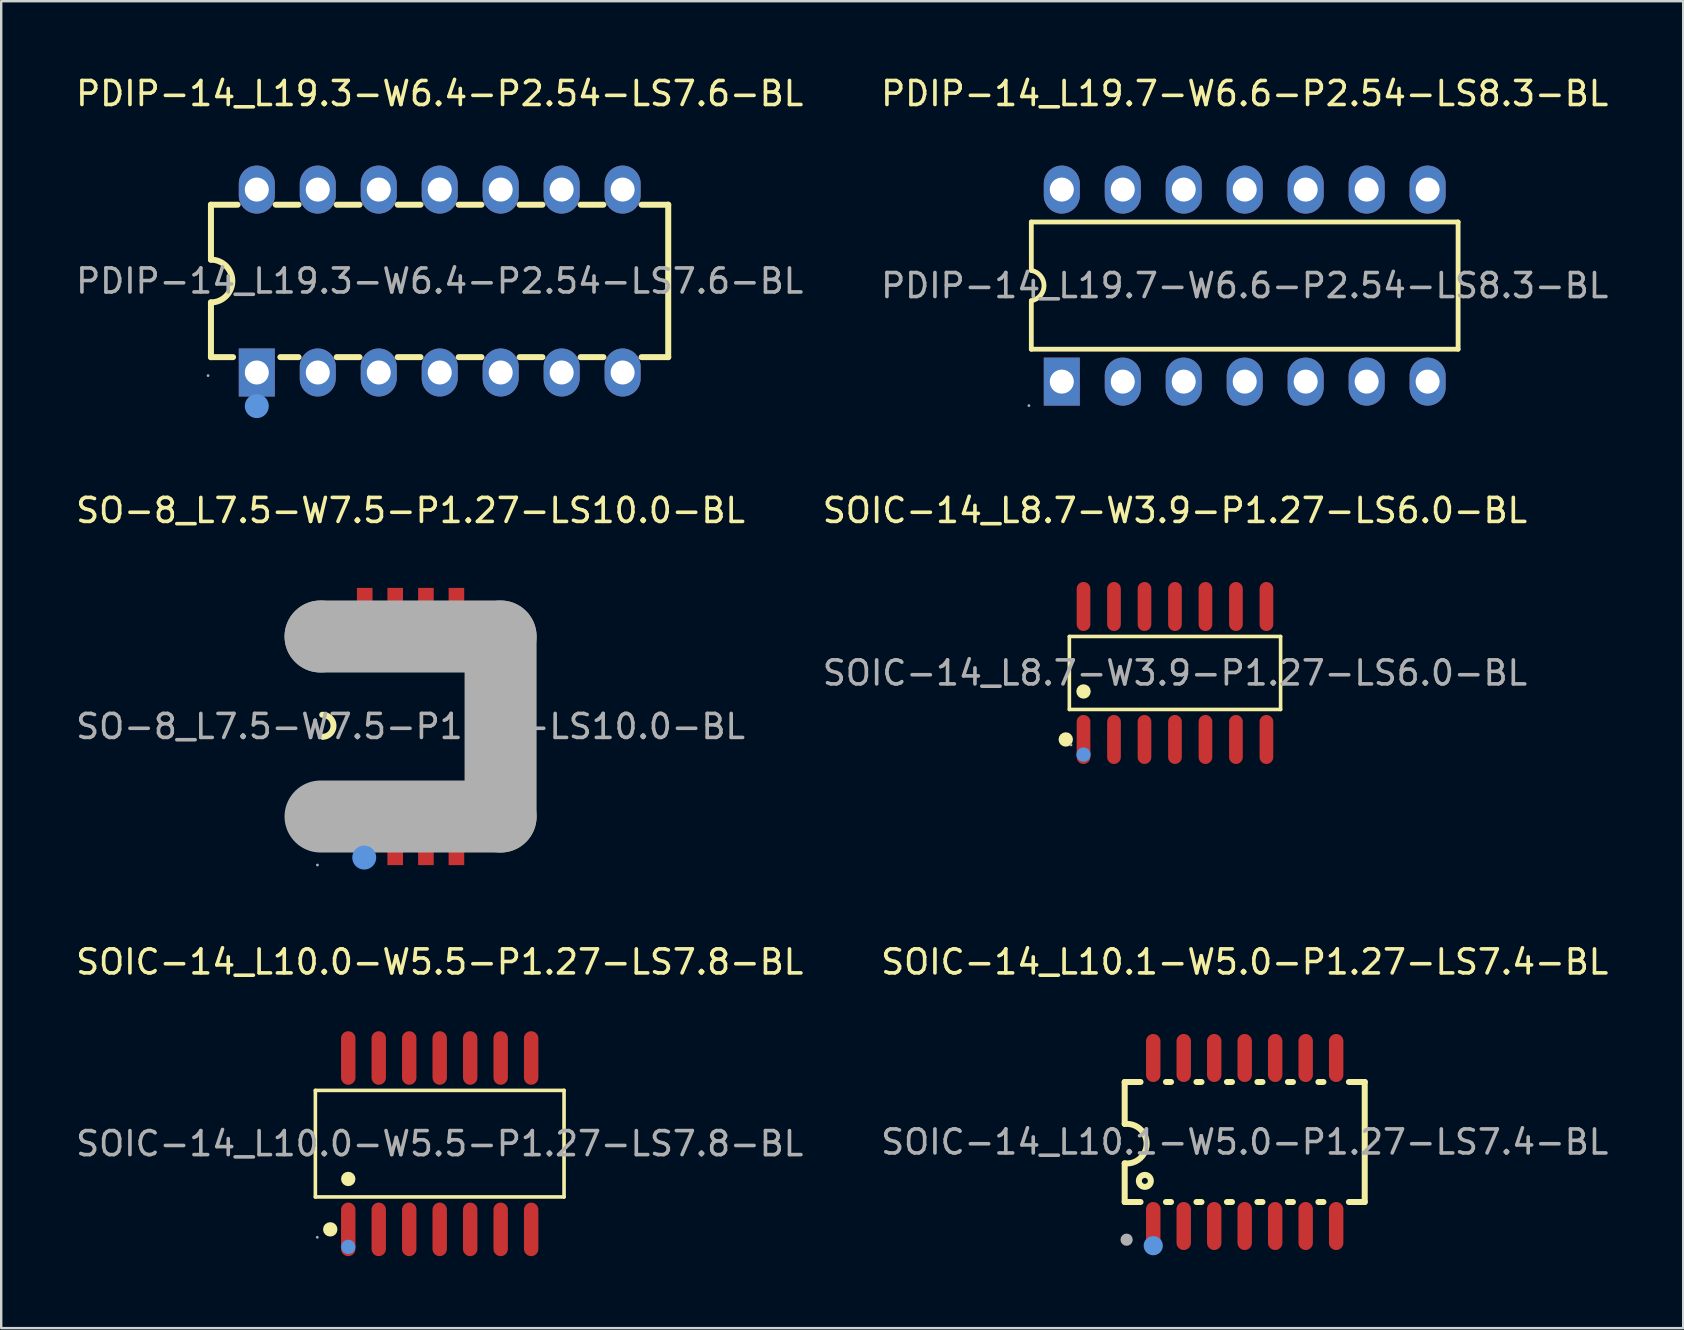
<source format=kicad_pcb>
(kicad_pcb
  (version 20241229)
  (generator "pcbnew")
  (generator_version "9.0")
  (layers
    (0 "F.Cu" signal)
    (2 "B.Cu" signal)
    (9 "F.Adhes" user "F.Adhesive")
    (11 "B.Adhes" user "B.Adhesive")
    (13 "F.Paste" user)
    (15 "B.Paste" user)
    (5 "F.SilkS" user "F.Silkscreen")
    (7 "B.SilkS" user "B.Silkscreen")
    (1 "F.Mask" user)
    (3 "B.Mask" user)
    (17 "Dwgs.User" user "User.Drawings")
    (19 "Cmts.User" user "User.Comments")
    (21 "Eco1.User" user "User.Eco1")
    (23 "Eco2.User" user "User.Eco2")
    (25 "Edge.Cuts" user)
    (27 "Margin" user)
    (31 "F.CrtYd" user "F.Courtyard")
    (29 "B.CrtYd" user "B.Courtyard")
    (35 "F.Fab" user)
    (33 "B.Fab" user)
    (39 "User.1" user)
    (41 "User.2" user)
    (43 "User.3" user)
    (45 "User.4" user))
  (footprint "SOIC-14_L10.1-W5.0-P1.27-LS7.4-BL"
    (layer "F.Cu")
    (at 48.804 44.525)
    (property "Reference" "SOIC-14_L10.1-W5.0-P1.27-LS7.4-BL" (at 0 -7.5 0) (layer "F.SilkS") (effects (font (size 1 1) (thickness 0.15))))
    (attr through_hole)
    (fp_line (start -5 -2.5) (end -5 -0.76) (stroke (width 0.25) (type solid)) (layer "F.SilkS"))
    (fp_line (start -5 -2.5) (end -4.34 -2.5) (stroke (width 0.25) (type solid)) (layer "F.SilkS"))
    (fp_line (start -5 2.5) (end -5 0.89) (stroke (width 0.25) (type solid)) (layer "F.SilkS"))
    (fp_line (start -5 2.5) (end -4.34 2.5) (stroke (width 0.25) (type solid)) (layer "F.SilkS"))
    (fp_line (start -3.28 -2.5) (end -3.07 -2.5) (stroke (width 0.25) (type solid)) (layer "F.SilkS"))
    (fp_line (start -3.28 2.5) (end -3.07 2.5) (stroke (width 0.25) (type solid)) (layer "F.SilkS"))
    (fp_line (start -2.01 -2.5) (end -1.8 -2.5) (stroke (width 0.25) (type solid)) (layer "F.SilkS"))
    (fp_line (start -2.01 2.5) (end -1.8 2.5) (stroke (width 0.25) (type solid)) (layer "F.SilkS"))
    (fp_line (start -0.74 -2.5) (end -0.53 -2.5) (stroke (width 0.25) (type solid)) (layer "F.SilkS"))
    (fp_line (start -0.74 2.5) (end -0.53 2.5) (stroke (width 0.25) (type solid)) (layer "F.SilkS"))
    (fp_line (start 0.53 -2.5) (end 0.74 -2.5) (stroke (width 0.25) (type solid)) (layer "F.SilkS"))
    (fp_line (start 0.53 2.5) (end 0.74 2.5) (stroke (width 0.25) (type solid)) (layer "F.SilkS"))
    (fp_line (start 1.8 -2.5) (end 2.01 -2.5) (stroke (width 0.25) (type solid)) (layer "F.SilkS"))
    (fp_line (start 1.8 2.5) (end 2.01 2.5) (stroke (width 0.25) (type solid)) (layer "F.SilkS"))
    (fp_line (start 3.07 -2.5) (end 3.28 -2.5) (stroke (width 0.25) (type solid)) (layer "F.SilkS"))
    (fp_line (start 3.07 2.5) (end 3.28 2.5) (stroke (width 0.25) (type solid)) (layer "F.SilkS"))
    (fp_line (start 4.34 -2.5) (end 5 -2.5) (stroke (width 0.25) (type solid)) (layer "F.SilkS"))
    (fp_line (start 4.34 2.5) (end 5 2.5) (stroke (width 0.25) (type solid)) (layer "F.SilkS"))
    (fp_line (start 5 -2.5) (end 5 2.5) (stroke (width 0.25) (type solid)) (layer "F.SilkS"))
    (fp_arc (start -5.000759 -0.749916) (mid -4.085076 0.069618) (end -5 0.89) (stroke (width 0.25) (type solid)) (layer "F.SilkS"))
    (fp_circle (center -4.16 1.62) (end -3.91 1.62) (stroke (width 0.25) (type solid)) (fill no) (layer "F.SilkS"))
    (fp_circle (center -3.81 4.32) (end -3.61 4.32) (stroke (width 0.4) (type solid)) (fill no) (layer "Cmts.User"))
    (fp_circle (center -4.92 4.07) (end -4.79 4.07) (stroke (width 0.25) (type solid)) (fill no) (layer "F.Fab"))
    (fp_text user "${REFERENCE}" (at 0 0 0) (layer "F.Fab") (effects (font (size 1 1) (thickness 0.15))))
    (pad "1" smd oval (at -3.81 3.5) (size 0.6 2) (layers "F.Cu" "F.Mask" "F.Paste"))
    (pad "2" smd oval (at -2.54 3.5) (size 0.6 2) (layers "F.Cu" "F.Mask" "F.Paste"))
    (pad "3" smd oval (at -1.27 3.5) (size 0.6 2) (layers "F.Cu" "F.Mask" "F.Paste"))
    (pad "4" smd oval (at 0 3.5) (size 0.6 2) (layers "F.Cu" "F.Mask" "F.Paste"))
    (pad "5" smd oval (at 1.27 3.5) (size 0.6 2) (layers "F.Cu" "F.Mask" "F.Paste"))
    (pad "6" smd oval (at 2.54 3.5) (size 0.6 2) (layers "F.Cu" "F.Mask" "F.Paste"))
    (pad "7" smd oval (at 3.81 3.5) (size 0.6 2) (layers "F.Cu" "F.Mask" "F.Paste"))
    (pad "8" smd oval (at 3.81 -3.5 180) (size 0.6 2) (layers "F.Cu" "F.Mask" "F.Paste"))
    (pad "9" smd oval (at 2.54 -3.5 180) (size 0.6 2) (layers "F.Cu" "F.Mask" "F.Paste"))
    (pad "10" smd oval (at 1.27 -3.5 180) (size 0.6 2) (layers "F.Cu" "F.Mask" "F.Paste"))
    (pad "11" smd oval (at 0 -3.5 180) (size 0.6 2) (layers "F.Cu" "F.Mask" "F.Paste"))
    (pad "12" smd oval (at -1.27 -3.5 180) (size 0.6 2) (layers "F.Cu" "F.Mask" "F.Paste"))
    (pad "13" smd oval (at -2.54 -3.5 180) (size 0.6 2) (layers "F.Cu" "F.Mask" "F.Paste"))
    (pad "14" smd oval (at -3.81 -3.5 180) (size 0.6 2) (layers "F.Cu" "F.Mask" "F.Paste")))
  (footprint "PDIP-14_L19.3-W6.4-P2.54-LS7.6-BL"
    (layer "F.Cu")
    (at 15.268 8.658)
    (property "Reference" "PDIP-14_L19.3-W6.4-P2.54-LS7.6-BL" (at 0 -7.81 0) (layer "F.SilkS") (effects (font (size 1 1) (thickness 0.15))))
    (attr through_hole)
    (fp_line (start -9.53 -3.18) (end -9.53 -0.89) (stroke (width 0.25) (type solid)) (layer "F.SilkS"))
    (fp_line (start -9.53 -3.18) (end -8.42 -3.18) (stroke (width 0.25) (type solid)) (layer "F.SilkS"))
    (fp_line (start -9.53 3.17) (end -9.53 0.89) (stroke (width 0.25) (type solid)) (layer "F.SilkS"))
    (fp_line (start -8.61 3.17) (end -9.53 3.17) (stroke (width 0.25) (type solid)) (layer "F.SilkS"))
    (fp_line (start -6.83 -3.18) (end -5.88 -3.18) (stroke (width 0.25) (type solid)) (layer "F.SilkS"))
    (fp_line (start -5.88 3.17) (end -6.64 3.17) (stroke (width 0.25) (type solid)) (layer "F.SilkS"))
    (fp_line (start -4.29 -3.18) (end -3.34 -3.18) (stroke (width 0.25) (type solid)) (layer "F.SilkS"))
    (fp_line (start -3.34 3.17) (end -4.29 3.17) (stroke (width 0.25) (type solid)) (layer "F.SilkS"))
    (fp_line (start -1.75 -3.18) (end -0.8 -3.18) (stroke (width 0.25) (type solid)) (layer "F.SilkS"))
    (fp_line (start -0.8 3.17) (end -1.75 3.17) (stroke (width 0.25) (type solid)) (layer "F.SilkS"))
    (fp_line (start 0.79 -3.18) (end 1.74 -3.18) (stroke (width 0.25) (type solid)) (layer "F.SilkS"))
    (fp_line (start 1.74 3.17) (end 0.79 3.17) (stroke (width 0.25) (type solid)) (layer "F.SilkS"))
    (fp_line (start 3.33 -3.18) (end 4.28 -3.18) (stroke (width 0.25) (type solid)) (layer "F.SilkS"))
    (fp_line (start 4.28 3.17) (end 3.33 3.17) (stroke (width 0.25) (type solid)) (layer "F.SilkS"))
    (fp_line (start 5.87 -3.18) (end 6.82 -3.18) (stroke (width 0.25) (type solid)) (layer "F.SilkS"))
    (fp_line (start 6.82 3.17) (end 5.87 3.17) (stroke (width 0.25) (type solid)) (layer "F.SilkS"))
    (fp_line (start 8.41 -3.18) (end 9.52 -3.18) (stroke (width 0.25) (type solid)) (layer "F.SilkS"))
    (fp_line (start 9.52 -3.18) (end 9.52 3.17) (stroke (width 0.25) (type solid)) (layer "F.SilkS"))
    (fp_line (start 9.52 3.17) (end 8.41 3.17) (stroke (width 0.25) (type solid)) (layer "F.SilkS"))
    (fp_arc (start -9.53 -0.89) (mid -8.64 0) (end -9.53 0.89) (stroke (width 0.25) (type solid)) (layer "F.SilkS"))
    (fp_circle (center -7.62 5.21) (end -7.37 5.21) (stroke (width 0.5) (type solid)) (fill no) (layer "Cmts.User"))
    (fp_circle (center -9.65 3.94) (end -9.62 3.94) (stroke (width 0.06) (type solid)) (fill no) (layer "F.Fab"))
    (fp_text user "${REFERENCE}" (at 0 0 0) (layer "F.Fab") (effects (font (size 1 1) (thickness 0.15))))
    (pad "1" thru_hole rect (at -7.62 3.81) (size 1.5 2) (drill 1) (layers "*.Cu" "*.Paste" "*.Mask"))
    (pad "2" thru_hole oval (at -5.08 3.81) (size 1.5 2) (drill 1) (layers "*.Cu" "*.Paste" "*.Mask"))
    (pad "3" thru_hole oval (at -2.54 3.81) (size 1.5 2) (drill 1) (layers "*.Cu" "*.Paste" "*.Mask"))
    (pad "4" thru_hole oval (at 0 3.81) (size 1.5 2) (drill 1) (layers "*.Cu" "*.Paste" "*.Mask"))
    (pad "5" thru_hole oval (at 2.54 3.81) (size 1.5 2) (drill 1) (layers "*.Cu" "*.Paste" "*.Mask"))
    (pad "6" thru_hole oval (at 5.08 3.81) (size 1.5 2) (drill 1) (layers "*.Cu" "*.Paste" "*.Mask"))
    (pad "7" thru_hole oval (at 7.62 3.81) (size 1.5 2) (drill 1) (layers "*.Cu" "*.Paste" "*.Mask"))
    (pad "8" thru_hole oval (at 7.62 -3.81) (size 1.5 2) (drill 1) (layers "*.Cu" "*.Paste" "*.Mask"))
    (pad "9" thru_hole oval (at 5.08 -3.81) (size 1.5 2) (drill 1) (layers "*.Cu" "*.Paste" "*.Mask"))
    (pad "10" thru_hole oval (at 2.54 -3.81) (size 1.5 2) (drill 1) (layers "*.Cu" "*.Paste" "*.Mask"))
    (pad "11" thru_hole oval (at 0 -3.81) (size 1.5 2) (drill 1) (layers "*.Cu" "*.Paste" "*.Mask"))
    (pad "12" thru_hole oval (at -2.54 -3.81) (size 1.5 2) (drill 1) (layers "*.Cu" "*.Paste" "*.Mask"))
    (pad "13" thru_hole oval (at -5.08 -3.81) (size 1.5 2) (drill 1) (layers "*.Cu" "*.Paste" "*.Mask"))
    (pad "14" thru_hole oval (at -7.62 -3.81) (size 1.5 2) (drill 1) (layers "*.Cu" "*.Paste" "*.Mask")))
  (footprint "PDIP-14_L19.7-W6.6-P2.54-LS8.3-BL"
    (layer "F.Cu")
    (at 48.804 8.848)
    (property "Reference" "PDIP-14_L19.7-W6.6-P2.54-LS8.3-BL" (at 0 -8 0) (layer "F.SilkS") (effects (font (size 1 1) (thickness 0.15))))
    (attr through_hole)
    (fp_line (start -8.89 -2.65) (end -8.89 -0.63) (stroke (width 0.2) (type solid)) (layer "F.SilkS"))
    (fp_line (start -8.89 0.63) (end -8.89 2.65) (stroke (width 0.2) (type solid)) (layer "F.SilkS"))
    (fp_line (start -8.89 2.65) (end 8.89 2.65) (stroke (width 0.2) (type solid)) (layer "F.SilkS"))
    (fp_line (start 8.89 -2.65) (end -8.89 -2.65) (stroke (width 0.2) (type solid)) (layer "F.SilkS"))
    (fp_line (start 8.89 2.65) (end 8.89 -2.65) (stroke (width 0.2) (type solid)) (layer "F.SilkS"))
    (fp_arc (start -8.89 -0.63) (mid -8.360474 -0.002632) (end -8.884818 0.629073) (stroke (width 0.2) (type solid)) (layer "F.SilkS"))
    (fp_circle (center -8.99 5) (end -8.96 5) (stroke (width 0.06) (type solid)) (fill no) (layer "F.Fab"))
    (fp_circle (center -7.62 -4) (end -7.42 -4) (stroke (width 0.4) (type solid)) (fill no) (layer "F.Fab"))
    (fp_circle (center -7.62 4) (end -7.42 4) (stroke (width 0.4) (type solid)) (fill no) (layer "F.Fab"))
    (fp_circle (center -5.08 -4) (end -4.88 -4) (stroke (width 0.4) (type solid)) (fill no) (layer "F.Fab"))
    (fp_circle (center -5.08 4) (end -4.88 4) (stroke (width 0.4) (type solid)) (fill no) (layer "F.Fab"))
    (fp_circle (center -2.54 -4) (end -2.34 -4) (stroke (width 0.4) (type solid)) (fill no) (layer "F.Fab"))
    (fp_circle (center -2.54 4) (end -2.34 4) (stroke (width 0.4) (type solid)) (fill no) (layer "F.Fab"))
    (fp_circle (center 0 -4) (end 0.2 -4) (stroke (width 0.4) (type solid)) (fill no) (layer "F.Fab"))
    (fp_circle (center 0 4) (end 0.2 4) (stroke (width 0.4) (type solid)) (fill no) (layer "F.Fab"))
    (fp_circle (center 2.54 -4) (end 2.74 -4) (stroke (width 0.4) (type solid)) (fill no) (layer "F.Fab"))
    (fp_circle (center 2.54 4) (end 2.74 4) (stroke (width 0.4) (type solid)) (fill no) (layer "F.Fab"))
    (fp_circle (center 5.08 -4) (end 5.28 -4) (stroke (width 0.4) (type solid)) (fill no) (layer "F.Fab"))
    (fp_circle (center 5.08 4) (end 5.28 4) (stroke (width 0.4) (type solid)) (fill no) (layer "F.Fab"))
    (fp_circle (center 7.62 -4) (end 7.82 -4) (stroke (width 0.4) (type solid)) (fill no) (layer "F.Fab"))
    (fp_circle (center 7.62 4) (end 7.82 4) (stroke (width 0.4) (type solid)) (fill no) (layer "F.Fab"))
    (fp_text user "${REFERENCE}" (at 0 0 0) (layer "F.Fab") (effects (font (size 1 1) (thickness 0.15))))
    (pad "1" thru_hole rect (at -7.62 4 90) (size 2 1.5) (drill 1) (layers "*.Cu" "*.Paste" "*.Mask"))
    (pad "2" thru_hole oval (at -5.08 4 90) (size 2 1.5) (drill 1) (layers "*.Cu" "*.Paste" "*.Mask"))
    (pad "3" thru_hole oval (at -2.54 4 90) (size 2 1.5) (drill 1) (layers "*.Cu" "*.Paste" "*.Mask"))
    (pad "4" thru_hole oval (at 0 4 90) (size 2 1.5) (drill 1) (layers "*.Cu" "*.Paste" "*.Mask"))
    (pad "5" thru_hole oval (at 2.54 4 90) (size 2 1.5) (drill 1) (layers "*.Cu" "*.Paste" "*.Mask"))
    (pad "6" thru_hole oval (at 5.08 4 90) (size 2 1.5) (drill 1) (layers "*.Cu" "*.Paste" "*.Mask"))
    (pad "7" thru_hole oval (at 7.62 4 90) (size 2 1.5) (drill 1) (layers "*.Cu" "*.Paste" "*.Mask"))
    (pad "8" thru_hole oval (at 7.62 -4 90) (size 2 1.5) (drill 1) (layers "*.Cu" "*.Paste" "*.Mask"))
    (pad "9" thru_hole oval (at 5.08 -4 90) (size 2 1.5) (drill 1) (layers "*.Cu" "*.Paste" "*.Mask"))
    (pad "10" thru_hole oval (at 2.54 -4 90) (size 2 1.5) (drill 1) (layers "*.Cu" "*.Paste" "*.Mask"))
    (pad "11" thru_hole oval (at 0 -4 90) (size 2 1.5) (drill 1) (layers "*.Cu" "*.Paste" "*.Mask"))
    (pad "12" thru_hole oval (at -2.54 -4 90) (size 2 1.5) (drill 1) (layers "*.Cu" "*.Paste" "*.Mask"))
    (pad "13" thru_hole oval (at -5.08 -4 90) (size 2 1.5) (drill 1) (layers "*.Cu" "*.Paste" "*.Mask"))
    (pad "14" thru_hole oval (at -7.62 -4 90) (size 2 1.5) (drill 1) (layers "*.Cu" "*.Paste" "*.Mask")))
  (footprint "SO-8_L7.5-W7.5-P1.27-LS10.0-BL"
    (layer "F.Cu")
    (at 14.054 27.216)
    (property "Reference" "SO-8_L7.5-W7.5-P1.27-LS10.0-BL" (at 0 -9 0) (layer "F.SilkS") (effects (font (size 1 1) (thickness 0.15))))
    (attr through_hole)
    (fp_arc (start -3.68 -0.49) (mid -3.21 -0.04) (end -3.66 0.43) (stroke (width 0.25) (type solid)) (layer "F.SilkS"))
    (fp_circle (center -1.93 5.46) (end -1.68 5.46) (stroke (width 0.5) (type solid)) (fill no) (layer "Cmts.User"))
    (fp_line (start -3.75 -3.75) (end -3.75 -3.75) (stroke (width 3) (type solid)) (layer "F.Fab"))
    (fp_line (start -3.75 -3.75) (end 3.75 -3.75) (stroke (width 3) (type solid)) (layer "F.Fab"))
    (fp_line (start 3.75 -3.75) (end 3.75 3.75) (stroke (width 3) (type solid)) (layer "F.Fab"))
    (fp_line (start 3.75 3.75) (end -3.75 3.75) (stroke (width 3) (type solid)) (layer "F.Fab"))
    (fp_circle (center -3.88 5.77) (end -3.85 5.77) (stroke (width 0.06) (type solid)) (fill no) (layer "F.Fab"))
    (fp_text user "${REFERENCE}" (at 0 0 0) (layer "F.Fab") (effects (font (size 1 1) (thickness 0.15))))
    (pad "1" smd rect (at -1.91 5) (size 0.65 1.55) (layers "F.Cu" "F.Mask" "F.Paste"))
    (pad "2" smd rect (at -0.64 5) (size 0.65 1.55) (layers "F.Cu" "F.Mask" "F.Paste"))
    (pad "3" smd rect (at 0.64 5) (size 0.65 1.55) (layers "F.Cu" "F.Mask" "F.Paste"))
    (pad "4" smd rect (at 1.91 5) (size 0.65 1.55) (layers "F.Cu" "F.Mask" "F.Paste"))
    (pad "5" smd rect (at 1.91 -5) (size 0.65 1.55) (layers "F.Cu" "F.Mask" "F.Paste"))
    (pad "6" smd rect (at 0.64 -5) (size 0.65 1.55) (layers "F.Cu" "F.Mask" "F.Paste"))
    (pad "7" smd rect (at -0.64 -5) (size 0.65 1.55) (layers "F.Cu" "F.Mask" "F.Paste"))
    (pad "8" smd rect (at -1.91 -5) (size 0.65 1.55) (layers "F.Cu" "F.Mask" "F.Paste")))
  (footprint "SOIC-14_L8.7-W3.9-P1.27-LS6.0-BL"
    (layer "F.Cu")
    (at 45.899 24.986)
    (property "Reference" "SOIC-14_L8.7-W3.9-P1.27-LS6.0-BL" (at 0 -6.77 0) (layer "F.SilkS") (effects (font (size 1 1) (thickness 0.15))))
    (attr through_hole)
    (fp_line (start -4.4 -1.52) (end 4.4 -1.52) (stroke (width 0.15) (type solid)) (layer "F.SilkS"))
    (fp_line (start -4.4 1.52) (end -4.4 -1.52) (stroke (width 0.15) (type solid)) (layer "F.SilkS"))
    (fp_line (start 4.4 -1.52) (end 4.4 1.52) (stroke (width 0.15) (type solid)) (layer "F.SilkS"))
    (fp_line (start 4.4 1.52) (end -4.4 1.52) (stroke (width 0.15) (type solid)) (layer "F.SilkS"))
    (fp_circle (center -4.55 2.77) (end -4.4 2.77) (stroke (width 0.3) (type solid)) (fill no) (layer "F.SilkS"))
    (fp_circle (center -3.81 0.77) (end -3.66 0.77) (stroke (width 0.3) (type solid)) (fill no) (layer "F.SilkS"))
    (fp_circle (center -3.81 3.4) (end -3.66 3.4) (stroke (width 0.3) (type solid)) (fill no) (layer "Cmts.User"))
    (fp_circle (center -4.33 3) (end -4.3 3) (stroke (width 0.06) (type solid)) (fill no) (layer "F.Fab"))
    (fp_text user "${REFERENCE}" (at 0 0 0) (layer "F.Fab") (effects (font (size 1 1) (thickness 0.15))))
    (pad "1" smd oval (at -3.81 2.77) (size 0.57 2.04) (layers "F.Cu" "F.Mask" "F.Paste"))
    (pad "2" smd oval (at -2.54 2.77) (size 0.57 2.04) (layers "F.Cu" "F.Mask" "F.Paste"))
    (pad "3" smd oval (at -1.27 2.77) (size 0.57 2.04) (layers "F.Cu" "F.Mask" "F.Paste"))
    (pad "4" smd oval (at 0 2.77) (size 0.57 2.04) (layers "F.Cu" "F.Mask" "F.Paste"))
    (pad "5" smd oval (at 1.27 2.77) (size 0.57 2.04) (layers "F.Cu" "F.Mask" "F.Paste"))
    (pad "6" smd oval (at 2.54 2.77) (size 0.57 2.04) (layers "F.Cu" "F.Mask" "F.Paste"))
    (pad "7" smd oval (at 3.81 2.77) (size 0.57 2.04) (layers "F.Cu" "F.Mask" "F.Paste"))
    (pad "8" smd oval (at 3.81 -2.77) (size 0.57 2.04) (layers "F.Cu" "F.Mask" "F.Paste"))
    (pad "9" smd oval (at 2.54 -2.77) (size 0.57 2.04) (layers "F.Cu" "F.Mask" "F.Paste"))
    (pad "10" smd oval (at 1.27 -2.77) (size 0.57 2.04) (layers "F.Cu" "F.Mask" "F.Paste"))
    (pad "11" smd oval (at 0 -2.77) (size 0.57 2.04) (layers "F.Cu" "F.Mask" "F.Paste"))
    (pad "12" smd oval (at -1.27 -2.77) (size 0.57 2.04) (layers "F.Cu" "F.Mask" "F.Paste"))
    (pad "13" smd oval (at -2.54 -2.77) (size 0.57 2.04) (layers "F.Cu" "F.Mask" "F.Paste"))
    (pad "14" smd oval (at -3.81 -2.77) (size 0.57 2.04) (layers "F.Cu" "F.Mask" "F.Paste")))
  (footprint "SOIC-14_L10.0-W5.5-P1.27-LS7.8-BL"
    (layer "F.Cu")
    (at 15.268 44.595)
    (property "Reference" "SOIC-14_L10.0-W5.5-P1.27-LS7.8-BL" (at 0 -7.57 0) (layer "F.SilkS") (effects (font (size 1 1) (thickness 0.15))))
    (attr through_hole)
    (fp_line (start -5.18 -2.22) (end 5.18 -2.22) (stroke (width 0.15) (type solid)) (layer "F.SilkS"))
    (fp_line (start -5.18 2.22) (end -5.18 -2.22) (stroke (width 0.15) (type solid)) (layer "F.SilkS"))
    (fp_line (start 5.18 -2.22) (end 5.18 2.22) (stroke (width 0.15) (type solid)) (layer "F.SilkS"))
    (fp_line (start 5.18 2.22) (end -5.18 2.22) (stroke (width 0.15) (type solid)) (layer "F.SilkS"))
    (fp_circle (center -4.56 3.57) (end -4.41 3.57) (stroke (width 0.3) (type solid)) (fill no) (layer "F.SilkS"))
    (fp_circle (center -3.81 1.47) (end -3.66 1.47) (stroke (width 0.3) (type solid)) (fill no) (layer "F.SilkS"))
    (fp_circle (center -3.81 4.3) (end -3.66 4.3) (stroke (width 0.3) (type solid)) (fill no) (layer "Cmts.User"))
    (fp_circle (center -5.1 3.9) (end -5.07 3.9) (stroke (width 0.06) (type solid)) (fill no) (layer "F.Fab"))
    (fp_text user "${REFERENCE}" (at 0 0 0) (layer "F.Fab") (effects (font (size 1 1) (thickness 0.15))))
    (pad "1" smd oval (at -3.81 3.57) (size 0.6 2.23) (layers "F.Cu" "F.Mask" "F.Paste"))
    (pad "2" smd oval (at -2.54 3.57) (size 0.6 2.23) (layers "F.Cu" "F.Mask" "F.Paste"))
    (pad "3" smd oval (at -1.27 3.57) (size 0.6 2.23) (layers "F.Cu" "F.Mask" "F.Paste"))
    (pad "4" smd oval (at 0 3.57) (size 0.6 2.23) (layers "F.Cu" "F.Mask" "F.Paste"))
    (pad "5" smd oval (at 1.27 3.57) (size 0.6 2.23) (layers "F.Cu" "F.Mask" "F.Paste"))
    (pad "6" smd oval (at 2.54 3.57) (size 0.6 2.23) (layers "F.Cu" "F.Mask" "F.Paste"))
    (pad "7" smd oval (at 3.81 3.57) (size 0.6 2.23) (layers "F.Cu" "F.Mask" "F.Paste"))
    (pad "8" smd oval (at 3.81 -3.57) (size 0.6 2.23) (layers "F.Cu" "F.Mask" "F.Paste"))
    (pad "9" smd oval (at 2.54 -3.57) (size 0.6 2.23) (layers "F.Cu" "F.Mask" "F.Paste"))
    (pad "10" smd oval (at 1.27 -3.57) (size 0.6 2.23) (layers "F.Cu" "F.Mask" "F.Paste"))
    (pad "11" smd oval (at 0 -3.57) (size 0.6 2.23) (layers "F.Cu" "F.Mask" "F.Paste"))
    (pad "12" smd oval (at -1.27 -3.57) (size 0.6 2.23) (layers "F.Cu" "F.Mask" "F.Paste"))
    (pad "13" smd oval (at -2.54 -3.57) (size 0.6 2.23) (layers "F.Cu" "F.Mask" "F.Paste"))
    (pad "14" smd oval (at -3.81 -3.57) (size 0.6 2.23) (layers "F.Cu" "F.Mask" "F.Paste")))
  (gr_rect
    (start -3 -3)
    (end 67.071 52.28)
    (stroke (width 0.1) (type default))
    (fill no)
    (layer "Edge.Cuts")))
</source>
